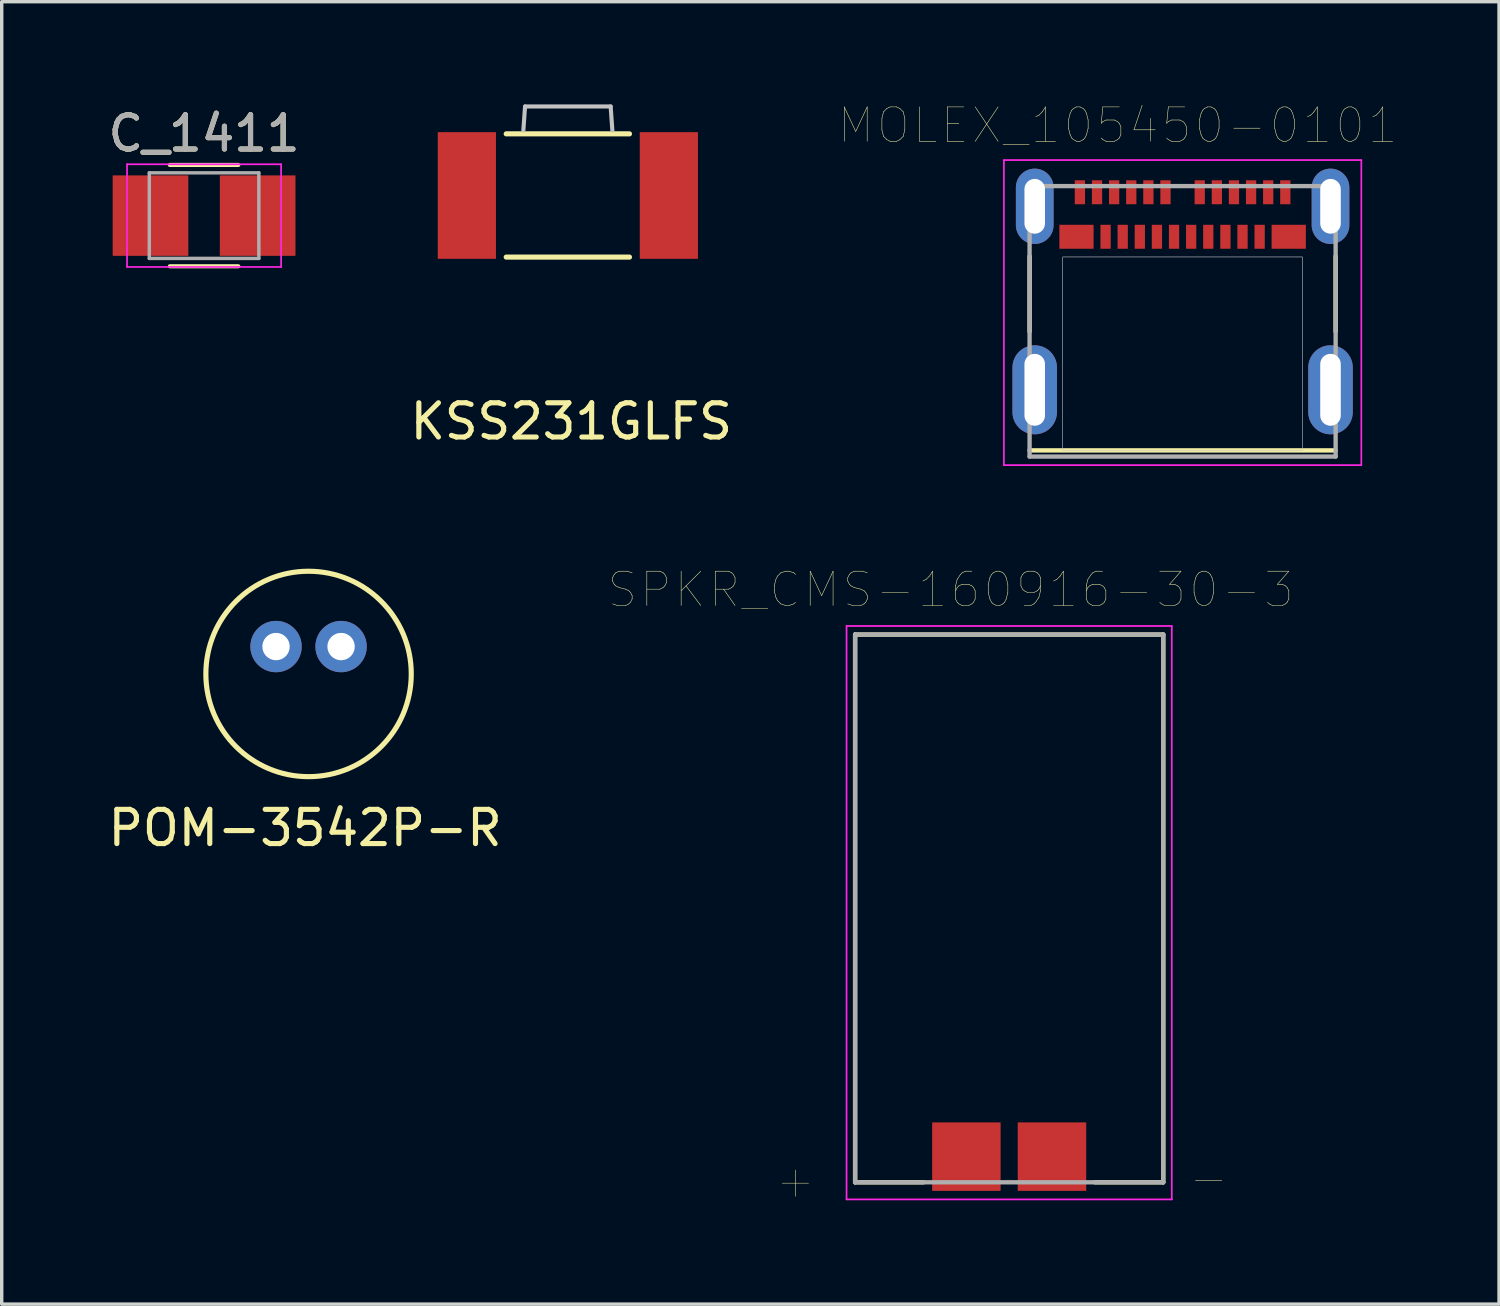
<source format=kicad_pcb>
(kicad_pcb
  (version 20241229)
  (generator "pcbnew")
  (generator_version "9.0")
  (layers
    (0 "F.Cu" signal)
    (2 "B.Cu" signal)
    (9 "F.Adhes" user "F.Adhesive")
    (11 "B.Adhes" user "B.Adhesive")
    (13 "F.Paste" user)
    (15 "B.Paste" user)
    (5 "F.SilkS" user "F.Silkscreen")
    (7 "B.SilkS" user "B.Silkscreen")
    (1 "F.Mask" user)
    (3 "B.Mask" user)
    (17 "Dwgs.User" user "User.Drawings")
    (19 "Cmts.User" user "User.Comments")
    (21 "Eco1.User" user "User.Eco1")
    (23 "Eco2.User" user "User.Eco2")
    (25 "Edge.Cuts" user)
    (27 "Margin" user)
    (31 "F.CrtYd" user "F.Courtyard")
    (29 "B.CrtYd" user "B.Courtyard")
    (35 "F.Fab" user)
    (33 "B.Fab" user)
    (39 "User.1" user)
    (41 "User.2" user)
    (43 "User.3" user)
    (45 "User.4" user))
  (footprint "POM-3542P-R"
    (layer "F.Cu")
    (at 5.963 16.636)
    (property "Reference" "POM-3542P-R" (at -0.1 4.5 0) (layer "F.SilkS") (effects (font (size 1 1) (thickness 0.15))))
    (attr through_hole)
    (fp_circle (center 0 0) (end 3 0) (stroke (width 0.15) (type solid)) (fill no) (layer "F.SilkS"))
    (pad "1" thru_hole circle (at 0.95 -0.8) (size 1.5 1.5) (drill 0.8) (layers "*.Cu" "*.Mask"))
    (pad "2" thru_hole circle (at -0.95 -0.8) (size 1.5 1.5) (drill 0.8) (layers "*.Cu" "*.Mask")))
  (footprint "C_1411"
    (layer "F.Cu")
    (at 2.911 3.248)
    (property "Reference" "C_1411" (at 0 -2.4 0) (layer "F.SilkS") (effects (font (size 1 1) (thickness 0.15))))
    (attr smd)
    (fp_line (start -1 1.48) (end 1 1.48) (stroke (width 0.12) (type solid)) (layer "F.SilkS"))
    (fp_line (start 1 -1.48) (end -1 -1.48) (stroke (width 0.12) (type solid)) (layer "F.SilkS"))
    (fp_line (start -2.25 -1.5) (end -2.25 1.5) (stroke (width 0.05) (type solid)) (layer "F.CrtYd"))
    (fp_line (start -2.25 -1.5) (end 2.25 -1.5) (stroke (width 0.05) (type solid)) (layer "F.CrtYd"))
    (fp_line (start 2.25 1.5) (end -2.25 1.5) (stroke (width 0.05) (type solid)) (layer "F.CrtYd"))
    (fp_line (start 2.25 1.5) (end 2.25 -1.5) (stroke (width 0.05) (type solid)) (layer "F.CrtYd"))
    (fp_line (start -1.6 -1.25) (end 1.6 -1.25) (stroke (width 0.1) (type solid)) (layer "F.Fab"))
    (fp_line (start -1.6 1.25) (end -1.6 -1.25) (stroke (width 0.1) (type solid)) (layer "F.Fab"))
    (fp_line (start 1.6 -1.25) (end 1.6 1.25) (stroke (width 0.1) (type solid)) (layer "F.Fab"))
    (fp_line (start 1.6 1.25) (end -1.6 1.25) (stroke (width 0.1) (type solid)) (layer "F.Fab"))
    (fp_text user "${REFERENCE}" (at 0 -2.4 0) (layer "F.Fab") (effects (font (size 1 1) (thickness 0.15))))
    (pad "1" smd rect (at -1.565 0) (size 2.21 2.35) (layers "F.Cu" "F.Mask" "F.Paste"))
    (pad "2" smd rect (at 1.565 0) (size 2.21 2.35) (layers "F.Cu" "F.Mask" "F.Paste")))
  (footprint "MOLEX_105450-0101"
    (layer "F.Cu")
    (at 31.494 6.336)
    (property "Reference" "MOLEX_105450-0101" (at -1.899 -5.723 0) (layer "F.SilkS") (effects (font (size 1.004 1.004) (thickness 0.015))))
    (attr through_hole)
    (fp_line (start -4.47 0.3) (end -4.47 -1.9) (stroke (width 0.127) (type solid)) (layer "F.SilkS"))
    (fp_line (start -4.47 3.77) (end 4.47 3.77) (stroke (width 0.127) (type solid)) (layer "F.SilkS"))
    (fp_line (start 4.47 0.3) (end 4.47 -1.9) (stroke (width 0.127) (type solid)) (layer "F.SilkS"))
    (fp_poly (pts (xy -3.502 -1.88) (xy 3.5 -1.88) (xy 3.5 3.773) (xy -3.502 3.773)) (stroke (width 0.01) (type solid)) (fill no) (layer "Dwgs.User"))
    (fp_poly (pts (xy -3.501 -1.88) (xy 3.5 -1.88) (xy 3.5 3.771) (xy -3.501 3.771)) (stroke (width 0.01) (type solid)) (fill no) (layer "Dwgs.User"))
    (fp_line (start -5.22 -4.71) (end 5.22 -4.71) (stroke (width 0.05) (type solid)) (layer "F.CrtYd"))
    (fp_line (start -5.22 4.2) (end -5.22 -4.71) (stroke (width 0.05) (type solid)) (layer "F.CrtYd"))
    (fp_line (start 5.22 -4.71) (end 5.22 4.2) (stroke (width 0.05) (type solid)) (layer "F.CrtYd"))
    (fp_line (start 5.22 4.2) (end -5.22 4.2) (stroke (width 0.05) (type solid)) (layer "F.CrtYd"))
    (fp_line (start -4.47 -3.95) (end -4.47 3.95) (stroke (width 0.127) (type solid)) (layer "F.Fab"))
    (fp_line (start -4.47 3.95) (end 4.47 3.95) (stroke (width 0.127) (type solid)) (layer "F.Fab"))
    (fp_line (start 4.47 -3.95) (end -4.47 -3.95) (stroke (width 0.127) (type solid)) (layer "F.Fab"))
    (fp_line (start 4.47 3.95) (end 4.47 -3.95) (stroke (width 0.127) (type solid)) (layer "F.Fab"))
    (pad "A1" smd rect (at -3 -3.77) (size 0.3 0.7) (layers "F.Cu" "F.Mask" "F.Paste"))
    (pad "A2" smd rect (at -2.5 -3.77) (size 0.3 0.7) (layers "F.Cu" "F.Mask" "F.Paste"))
    (pad "A3" smd rect (at -2 -3.77) (size 0.3 0.7) (layers "F.Cu" "F.Mask" "F.Paste"))
    (pad "A4" smd rect (at -1.5 -3.77) (size 0.3 0.7) (layers "F.Cu" "F.Mask" "F.Paste"))
    (pad "A5" smd rect (at -1 -3.77) (size 0.3 0.7) (layers "F.Cu" "F.Mask" "F.Paste"))
    (pad "A6" smd rect (at -0.5 -3.77) (size 0.3 0.7) (layers "F.Cu" "F.Mask" "F.Paste"))
    (pad "A7" smd rect (at 0.5 -3.77) (size 0.3 0.7) (layers "F.Cu" "F.Mask" "F.Paste"))
    (pad "A8" smd rect (at 1 -3.77) (size 0.3 0.7) (layers "F.Cu" "F.Mask" "F.Paste"))
    (pad "A9" smd rect (at 1.5 -3.77) (size 0.3 0.7) (layers "F.Cu" "F.Mask" "F.Paste"))
    (pad "A10" smd rect (at 2 -3.77) (size 0.3 0.7) (layers "F.Cu" "F.Mask" "F.Paste"))
    (pad "A11" smd rect (at 2.5 -3.77) (size 0.3 0.7) (layers "F.Cu" "F.Mask" "F.Paste"))
    (pad "A12" smd rect (at 3 -3.77) (size 0.3 0.7) (layers "F.Cu" "F.Mask" "F.Paste"))
    (pad "B1" smd rect (at 3.1 -2.47) (size 1 0.7) (layers "F.Cu" "F.Mask" "F.Paste"))
    (pad "B2" smd rect (at 2.25 -2.47) (size 0.3 0.7) (layers "F.Cu" "F.Mask" "F.Paste"))
    (pad "B3" smd rect (at 1.75 -2.47) (size 0.3 0.7) (layers "F.Cu" "F.Mask" "F.Paste"))
    (pad "B4" smd rect (at 1.25 -2.47) (size 0.3 0.7) (layers "F.Cu" "F.Mask" "F.Paste"))
    (pad "B5" smd rect (at 0.75 -2.47) (size 0.3 0.7) (layers "F.Cu" "F.Mask" "F.Paste"))
    (pad "B6" smd rect (at 0.25 -2.47) (size 0.3 0.7) (layers "F.Cu" "F.Mask" "F.Paste"))
    (pad "B7" smd rect (at -0.25 -2.47) (size 0.3 0.7) (layers "F.Cu" "F.Mask" "F.Paste"))
    (pad "B8" smd rect (at -0.75 -2.47) (size 0.3 0.7) (layers "F.Cu" "F.Mask" "F.Paste"))
    (pad "B9" smd rect (at -1.25 -2.47) (size 0.3 0.7) (layers "F.Cu" "F.Mask" "F.Paste"))
    (pad "B10" smd rect (at -1.75 -2.47) (size 0.3 0.7) (layers "F.Cu" "F.Mask" "F.Paste"))
    (pad "B11" smd rect (at -2.25 -2.47) (size 0.3 0.7) (layers "F.Cu" "F.Mask" "F.Paste"))
    (pad "B12" smd rect (at -3.1 -2.47) (size 1 0.7) (layers "F.Cu" "F.Mask" "F.Paste"))
    (pad "S1" thru_hole oval (at -4.32 -3.36) (size 1.1 2.2) (drill oval 0.6 1.6) (layers "*.Cu" "*.Mask"))
    (pad "S2" thru_hole oval (at 4.32 -3.36) (size 1.1 2.2) (drill oval 0.6 1.6) (layers "*.Cu" "*.Mask"))
    (pad "S3" thru_hole oval (at -4.32 2) (size 1.3 2.6) (drill oval 0.6 2.1) (layers "*.Cu" "*.Mask"))
    (pad "S4" thru_hole oval (at 4.32 2) (size 1.3 2.6) (drill oval 0.6 2.1) (layers "*.Cu" "*.Mask")))
  (footprint "KSS231GLFS"
    (layer "F.Cu")
    (at 13.537 2.66)
    (property "Reference" "KSS231GLFS" (at 0.1 6.6 0) (layer "F.SilkS") (effects (font (size 1 1) (thickness 0.15))))
    (attr through_hole)
    (fp_line (start -1.8 -1.8) (end 1.8 -1.8) (stroke (width 0.15) (type solid)) (layer "F.SilkS"))
    (fp_line (start 1.8 1.8) (end -1.8 1.8) (stroke (width 0.15) (type solid)) (layer "F.SilkS"))
    (fp_line (start -1.25 -2.6) (end -1.3 -1.9) (stroke (width 0.12) (type solid)) (layer "Dwgs.User"))
    (fp_line (start -1.25 -2.6) (end 1.25 -2.6) (stroke (width 0.12) (type solid)) (layer "Dwgs.User"))
    (fp_line (start 1.25 -2.6) (end 1.3 -1.9) (stroke (width 0.12) (type solid)) (layer "Dwgs.User"))
    (pad "1" smd rect (at -2.95 0) (size 1.7 3.7) (layers "F.Cu" "F.Mask" "F.Paste"))
    (pad "2" smd rect (at 2.95 0) (size 1.7 3.7) (layers "F.Cu" "F.Mask" "F.Paste")))
  (footprint "SPKR_CMS-160916-30-3"
    (layer "F.Cu")
    (at 26.428 23.485)
    (property "Reference" "SPKR_CMS-160916-30-3" (at -1.709 -9.311 0) (layer "F.SilkS") (effects (font (size 1.002 1.002) (thickness 0.015))))
    (attr through_hole)
    (fp_line (start -4.5 -8) (end -4.5 8) (stroke (width 0.127) (type solid)) (layer "F.SilkS"))
    (fp_line (start -4.5 -8) (end 4.5 -8) (stroke (width 0.127) (type solid)) (layer "F.SilkS"))
    (fp_line (start -4.5 8) (end -2.5 8) (stroke (width 0.127) (type solid)) (layer "F.SilkS"))
    (fp_line (start 4.5 8) (end 2.5 8) (stroke (width 0.127) (type solid)) (layer "F.SilkS"))
    (fp_line (start 4.5 8) (end 4.5 -8) (stroke (width 0.127) (type solid)) (layer "F.SilkS"))
    (fp_line (start -4.75 -8.25) (end 4.75 -8.25) (stroke (width 0.05) (type solid)) (layer "F.CrtYd"))
    (fp_line (start -4.75 8.5) (end -4.75 -8.25) (stroke (width 0.05) (type solid)) (layer "F.CrtYd"))
    (fp_line (start 4.75 -8.25) (end 4.75 8.5) (stroke (width 0.05) (type solid)) (layer "F.CrtYd"))
    (fp_line (start 4.75 8.5) (end -4.75 8.5) (stroke (width 0.05) (type solid)) (layer "F.CrtYd"))
    (fp_line (start -4.5 -8) (end 4.5 -8) (stroke (width 0.127) (type solid)) (layer "F.Fab"))
    (fp_line (start -4.5 8) (end -4.5 -8) (stroke (width 0.127) (type solid)) (layer "F.Fab"))
    (fp_line (start 4.5 -8) (end 4.5 8) (stroke (width 0.127) (type solid)) (layer "F.Fab"))
    (fp_line (start 4.5 8) (end -4.5 8) (stroke (width 0.127) (type solid)) (layer "F.Fab"))
    (fp_text user "+" (at -6.244 7.944 0) (layer "F.SilkS") (effects (font (size 1.006 1.006) (thickness 0.015))))
    (fp_text user "-" (at 5.826 7.871 0) (layer "F.SilkS") (effects (font (size 1.006 1.006) (thickness 0.015))))
    (pad "N" smd rect (at 1.25 7.25) (size 2 2) (layers "F.Cu" "F.Mask" "F.Paste"))
    (pad "P" smd rect (at -1.25 7.25) (size 2 2) (layers "F.Cu" "F.Mask" "F.Paste")))
  (gr_rect
    (start -3 -3)
    (end 40.737 35.044)
    (stroke (width 0.1) (type default))
    (fill no)
    (layer "Edge.Cuts")))
</source>
